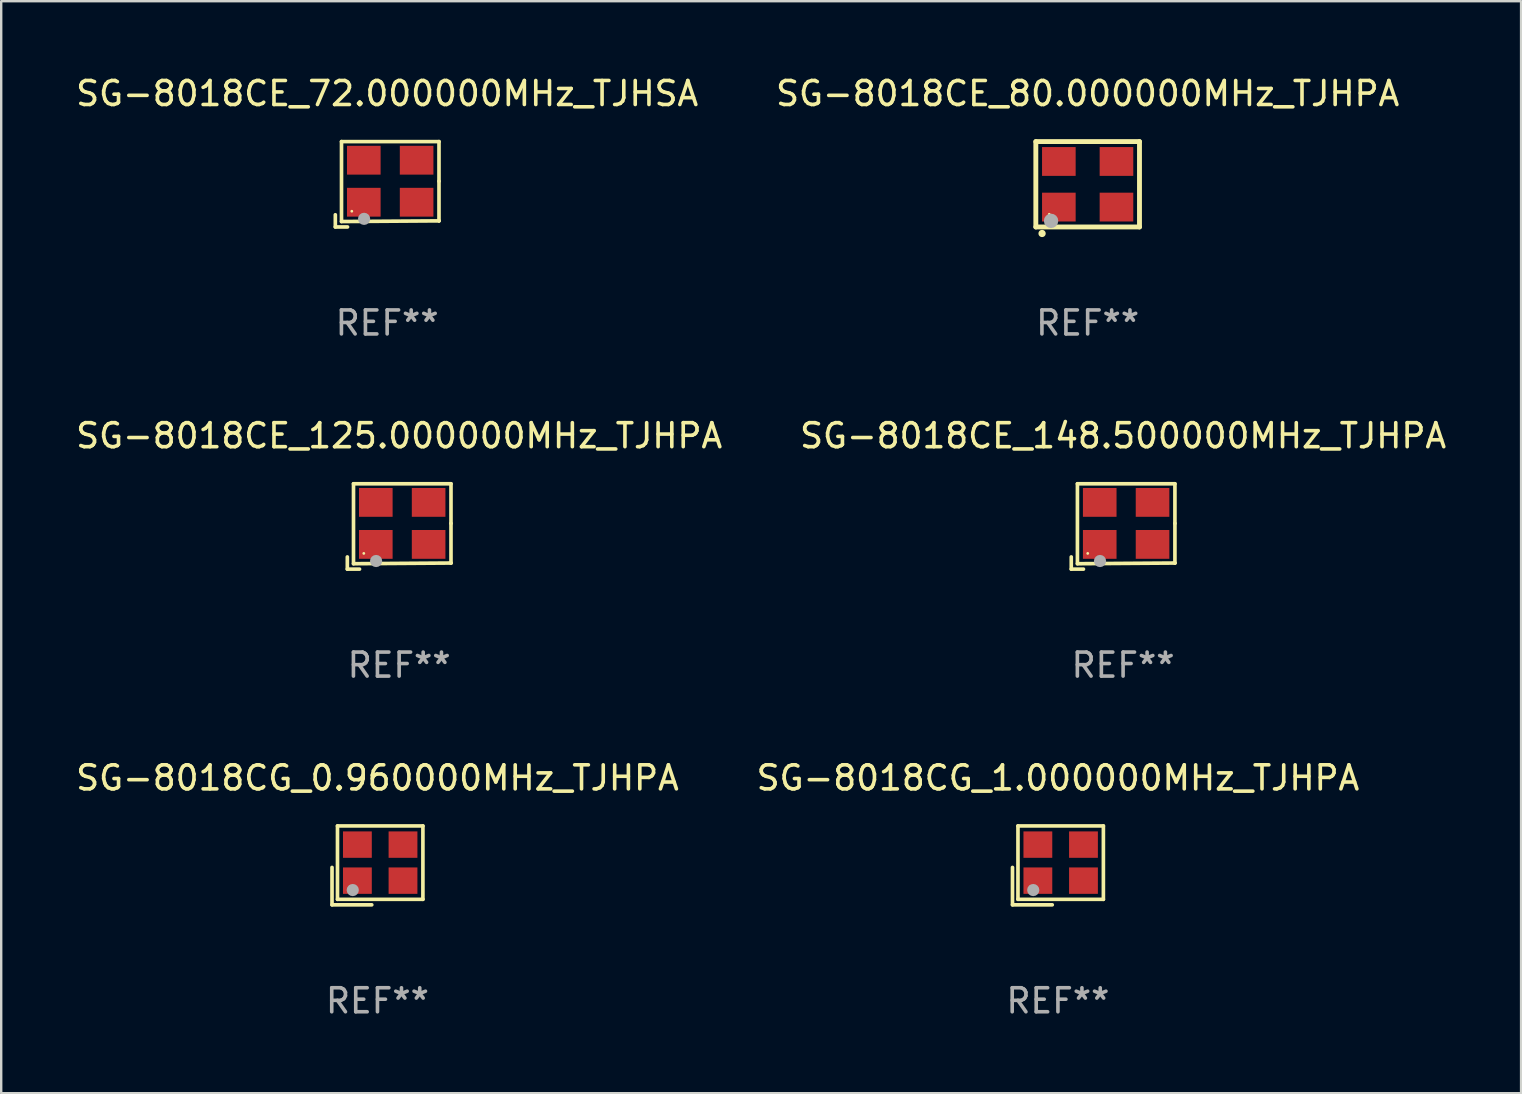
<source format=kicad_pcb>
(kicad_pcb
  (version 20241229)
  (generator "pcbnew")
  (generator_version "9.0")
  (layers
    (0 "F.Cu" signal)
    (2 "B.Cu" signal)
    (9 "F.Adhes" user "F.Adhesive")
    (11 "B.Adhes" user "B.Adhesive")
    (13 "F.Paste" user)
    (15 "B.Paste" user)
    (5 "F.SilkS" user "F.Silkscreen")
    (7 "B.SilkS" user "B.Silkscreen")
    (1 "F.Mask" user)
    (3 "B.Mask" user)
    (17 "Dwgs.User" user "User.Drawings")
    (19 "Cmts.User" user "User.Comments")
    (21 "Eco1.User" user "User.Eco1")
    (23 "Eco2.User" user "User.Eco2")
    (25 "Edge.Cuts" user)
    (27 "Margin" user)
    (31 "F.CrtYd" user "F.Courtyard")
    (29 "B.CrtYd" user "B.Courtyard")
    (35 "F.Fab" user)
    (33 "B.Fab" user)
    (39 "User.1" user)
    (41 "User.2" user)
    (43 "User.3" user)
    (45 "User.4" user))
  (footprint "SG-8018CE_125.000000MHz_TJHPA"
    (layer "F.Cu")
    (at 13.577 18.879)
    (property "Reference" "SG-8018CE_125.000000MHz_TJHPA" (at 0 -3.778 0) (layer "F.SilkS") (effects (font (size 1 1) (thickness 0.15))))
    (attr through_hole)
    (fp_line (start -2.159 1.27) (end -2.159 1.778) (stroke (width 0.152) (type solid)) (layer "F.SilkS"))
    (fp_line (start -2.159 1.778) (end -1.651 1.778) (stroke (width 0.152) (type solid)) (layer "F.SilkS"))
    (fp_line (start -1.902 -1.778) (end 2.159 -1.778) (stroke (width 0.152) (type solid)) (layer "F.SilkS"))
    (fp_line (start -1.902 1.552) (end -1.902 -1.778) (stroke (width 0.152) (type solid)) (layer "F.SilkS"))
    (fp_line (start 2.159 -1.778) (end 2.159 -0.127) (stroke (width 0.152) (type solid)) (layer "F.SilkS"))
    (fp_line (start 2.159 -0.127) (end 2.159 1.524) (stroke (width 0.152) (type solid)) (layer "F.SilkS"))
    (fp_line (start 2.159 1.524) (end -1.902 1.552) (stroke (width 0.152) (type solid)) (layer "F.SilkS"))
    (fp_line (start 2.159 1.524) (end 2.159 1.524) (stroke (width 0.152) (type solid)) (layer "F.SilkS"))
    (fp_circle (center -1.473 1.123) (end -1.443 1.123) (stroke (width 0.06) (type solid)) (fill no) (layer "F.SilkS"))
    (fp_circle (center -0.961 1.44) (end -0.834 1.44) (stroke (width 0.254) (type solid)) (fill no) (layer "F.Fab"))
    (fp_text user "REF**" (at 0 5.778 0) (layer "F.Fab") (effects (font (size 1 1) (thickness 0.15))))
    (pad "1" smd rect (at -0.973 0.748) (size 1.4 1.2) (layers "F.Cu" "F.Mask" "F.Paste"))
    (pad "2" smd rect (at 1.227 0.748) (size 1.4 1.2) (layers "F.Cu" "F.Mask" "F.Paste"))
    (pad "3" smd rect (at 1.227 -1.002) (size 1.4 1.2) (layers "F.Cu" "F.Mask" "F.Paste"))
    (pad "4" smd rect (at -0.973 -1.002) (size 1.4 1.2) (layers "F.Cu" "F.Mask" "F.Paste")))
  (footprint "SG-8018CE_72.000000MHz_TJHSA"
    (layer "F.Cu")
    (at 13.077 4.626)
    (property "Reference" "SG-8018CE_72.000000MHz_TJHSA" (at 0 -3.778 0) (layer "F.SilkS") (effects (font (size 1 1) (thickness 0.15))))
    (attr through_hole)
    (fp_line (start -2.159 1.27) (end -2.159 1.778) (stroke (width 0.152) (type solid)) (layer "F.SilkS"))
    (fp_line (start -2.159 1.778) (end -1.651 1.778) (stroke (width 0.152) (type solid)) (layer "F.SilkS"))
    (fp_line (start -1.902 -1.778) (end 2.159 -1.778) (stroke (width 0.152) (type solid)) (layer "F.SilkS"))
    (fp_line (start -1.902 1.552) (end -1.902 -1.778) (stroke (width 0.152) (type solid)) (layer "F.SilkS"))
    (fp_line (start 2.159 -1.778) (end 2.159 -0.127) (stroke (width 0.152) (type solid)) (layer "F.SilkS"))
    (fp_line (start 2.159 -0.127) (end 2.159 1.524) (stroke (width 0.152) (type solid)) (layer "F.SilkS"))
    (fp_line (start 2.159 1.524) (end -1.902 1.552) (stroke (width 0.152) (type solid)) (layer "F.SilkS"))
    (fp_line (start 2.159 1.524) (end 2.159 1.524) (stroke (width 0.152) (type solid)) (layer "F.SilkS"))
    (fp_circle (center -1.473 1.123) (end -1.443 1.123) (stroke (width 0.06) (type solid)) (fill no) (layer "F.SilkS"))
    (fp_circle (center -0.961 1.44) (end -0.834 1.44) (stroke (width 0.254) (type solid)) (fill no) (layer "F.Fab"))
    (fp_text user "REF**" (at 0 5.778 0) (layer "F.Fab") (effects (font (size 1 1) (thickness 0.15))))
    (pad "1" smd rect (at -0.973 0.748) (size 1.4 1.2) (layers "F.Cu" "F.Mask" "F.Paste"))
    (pad "2" smd rect (at 1.227 0.748) (size 1.4 1.2) (layers "F.Cu" "F.Mask" "F.Paste"))
    (pad "3" smd rect (at 1.227 -1.002) (size 1.4 1.2) (layers "F.Cu" "F.Mask" "F.Paste"))
    (pad "4" smd rect (at -0.973 -1.002) (size 1.4 1.2) (layers "F.Cu" "F.Mask" "F.Paste")))
  (footprint "SG-8018CG_1.000000MHz_TJHPA"
    (layer "F.Cu")
    (at 41.018 32.997)
    (property "Reference" "SG-8018CG_1.000000MHz_TJHPA" (at 0 -3.643 0) (layer "F.SilkS") (effects (font (size 1 1) (thickness 0.15))))
    (attr through_hole)
    (fp_line (start -1.893 0.086) (end -1.893 1.643) (stroke (width 0.152) (type solid)) (layer "F.SilkS"))
    (fp_line (start -1.893 1.643) (end -0.237 1.643) (stroke (width 0.152) (type solid)) (layer "F.SilkS"))
    (fp_line (start -1.665 -1.643) (end 1.893 -1.643) (stroke (width 0.152) (type solid)) (layer "F.SilkS"))
    (fp_line (start -1.665 1.414) (end -1.665 -1.643) (stroke (width 0.152) (type solid)) (layer "F.SilkS"))
    (fp_line (start 1.893 -1.643) (end 1.893 1.414) (stroke (width 0.152) (type solid)) (layer "F.SilkS"))
    (fp_line (start 1.893 1.414) (end -1.665 1.414) (stroke (width 0.152) (type solid)) (layer "F.SilkS"))
    (fp_circle (center -1.136 0.885) (end -1.106 0.885) (stroke (width 0.06) (type solid)) (fill no) (layer "F.SilkS"))
    (fp_circle (center -1.029 1.028) (end -0.902 1.028) (stroke (width 0.254) (type solid)) (fill no) (layer "F.Fab"))
    (fp_text user "REF**" (at 0 5.643 0) (layer "F.Fab") (effects (font (size 1 1) (thickness 0.15))))
    (pad "1" smd rect (at -0.836 0.636) (size 1.2 1.1) (layers "F.Cu" "F.Mask" "F.Paste"))
    (pad "2" smd rect (at 1.064 0.636) (size 1.2 1.1) (layers "F.Cu" "F.Mask" "F.Paste"))
    (pad "3" smd rect (at 1.064 -0.865) (size 1.2 1.1) (layers "F.Cu" "F.Mask" "F.Paste"))
    (pad "4" smd rect (at -0.836 -0.865) (size 1.2 1.1) (layers "F.Cu" "F.Mask" "F.Paste")))
  (footprint "SG-8018CE_148.500000MHz_TJHPA"
    (layer "F.Cu")
    (at 43.732 18.879)
    (property "Reference" "SG-8018CE_148.500000MHz_TJHPA" (at 0 -3.778 0) (layer "F.SilkS") (effects (font (size 1 1) (thickness 0.15))))
    (attr through_hole)
    (fp_line (start -2.159 1.27) (end -2.159 1.778) (stroke (width 0.152) (type solid)) (layer "F.SilkS"))
    (fp_line (start -2.159 1.778) (end -1.651 1.778) (stroke (width 0.152) (type solid)) (layer "F.SilkS"))
    (fp_line (start -1.902 -1.778) (end 2.159 -1.778) (stroke (width 0.152) (type solid)) (layer "F.SilkS"))
    (fp_line (start -1.902 1.552) (end -1.902 -1.778) (stroke (width 0.152) (type solid)) (layer "F.SilkS"))
    (fp_line (start 2.159 -1.778) (end 2.159 -0.127) (stroke (width 0.152) (type solid)) (layer "F.SilkS"))
    (fp_line (start 2.159 -0.127) (end 2.159 1.524) (stroke (width 0.152) (type solid)) (layer "F.SilkS"))
    (fp_line (start 2.159 1.524) (end -1.902 1.552) (stroke (width 0.152) (type solid)) (layer "F.SilkS"))
    (fp_line (start 2.159 1.524) (end 2.159 1.524) (stroke (width 0.152) (type solid)) (layer "F.SilkS"))
    (fp_circle (center -1.473 1.123) (end -1.443 1.123) (stroke (width 0.06) (type solid)) (fill no) (layer "F.SilkS"))
    (fp_circle (center -0.961 1.44) (end -0.834 1.44) (stroke (width 0.254) (type solid)) (fill no) (layer "F.Fab"))
    (fp_text user "REF**" (at 0 5.778 0) (layer "F.Fab") (effects (font (size 1 1) (thickness 0.15))))
    (pad "1" smd rect (at -0.973 0.748) (size 1.4 1.2) (layers "F.Cu" "F.Mask" "F.Paste"))
    (pad "2" smd rect (at 1.227 0.748) (size 1.4 1.2) (layers "F.Cu" "F.Mask" "F.Paste"))
    (pad "3" smd rect (at 1.227 -1.002) (size 1.4 1.2) (layers "F.Cu" "F.Mask" "F.Paste"))
    (pad "4" smd rect (at -0.973 -1.002) (size 1.4 1.2) (layers "F.Cu" "F.Mask" "F.Paste")))
  (footprint "SG-8018CG_0.960000MHz_TJHPA"
    (layer "F.Cu")
    (at 12.673 32.997)
    (property "Reference" "SG-8018CG_0.960000MHz_TJHPA" (at 0 -3.643 0) (layer "F.SilkS") (effects (font (size 1 1) (thickness 0.15))))
    (attr through_hole)
    (fp_line (start -1.893 0.086) (end -1.893 1.643) (stroke (width 0.152) (type solid)) (layer "F.SilkS"))
    (fp_line (start -1.893 1.643) (end -0.237 1.643) (stroke (width 0.152) (type solid)) (layer "F.SilkS"))
    (fp_line (start -1.665 -1.643) (end 1.893 -1.643) (stroke (width 0.152) (type solid)) (layer "F.SilkS"))
    (fp_line (start -1.665 1.414) (end -1.665 -1.643) (stroke (width 0.152) (type solid)) (layer "F.SilkS"))
    (fp_line (start 1.893 -1.643) (end 1.893 1.414) (stroke (width 0.152) (type solid)) (layer "F.SilkS"))
    (fp_line (start 1.893 1.414) (end -1.665 1.414) (stroke (width 0.152) (type solid)) (layer "F.SilkS"))
    (fp_circle (center -1.136 0.885) (end -1.106 0.885) (stroke (width 0.06) (type solid)) (fill no) (layer "F.SilkS"))
    (fp_circle (center -1.029 1.028) (end -0.902 1.028) (stroke (width 0.254) (type solid)) (fill no) (layer "F.Fab"))
    (fp_text user "REF**" (at 0 5.643 0) (layer "F.Fab") (effects (font (size 1 1) (thickness 0.15))))
    (pad "1" smd rect (at -0.836 0.636) (size 1.2 1.1) (layers "F.Cu" "F.Mask" "F.Paste"))
    (pad "2" smd rect (at 1.064 0.636) (size 1.2 1.1) (layers "F.Cu" "F.Mask" "F.Paste"))
    (pad "3" smd rect (at 1.064 -0.865) (size 1.2 1.1) (layers "F.Cu" "F.Mask" "F.Paste"))
    (pad "4" smd rect (at -0.836 -0.865) (size 1.2 1.1) (layers "F.Cu" "F.Mask" "F.Paste")))
  (footprint "SG-8018CE_80.000000MHz_TJHPA"
    (layer "F.Cu")
    (at 42.256 4.626)
    (property "Reference" "SG-8018CE_80.000000MHz_TJHPA" (at 0 -3.778 0) (layer "F.SilkS") (effects (font (size 1 1) (thickness 0.15))))
    (attr through_hole)
    (fp_line (start -2.159 -1.778) (end -2.159 1.778) (stroke (width 0.203) (type solid)) (layer "F.SilkS"))
    (fp_line (start -2.159 1.778) (end 2.159 1.778) (stroke (width 0.203) (type solid)) (layer "F.SilkS"))
    (fp_line (start 2.159 -1.778) (end -2.159 -1.778) (stroke (width 0.203) (type solid)) (layer "F.SilkS"))
    (fp_line (start 2.159 1.778) (end 2.159 -1.778) (stroke (width 0.203) (type solid)) (layer "F.SilkS"))
    (fp_arc (start -1.900025 2.049581) (mid -1.898755 2.049576) (end -1.897485 2.049581) (stroke (width 0.3) (type solid)) (layer "F.SilkS"))
    (fp_circle (center -1.6 1.25) (end -1.57 1.25) (stroke (width 0.06) (type solid)) (fill no) (layer "F.SilkS"))
    (fp_circle (center -1.524 1.524) (end -1.374 1.524) (stroke (width 0.3) (type solid)) (fill no) (layer "F.Fab"))
    (fp_text user "REF**" (at 0 5.778 0) (layer "F.Fab") (effects (font (size 1 1) (thickness 0.15))))
    (pad "1" smd rect (at -1.2 0.95) (size 1.4 1.2) (layers "F.Cu" "F.Mask" "F.Paste"))
    (pad "2" smd rect (at 1.2 0.95) (size 1.4 1.2) (layers "F.Cu" "F.Mask" "F.Paste"))
    (pad "3" smd rect (at 1.2 -0.95) (size 1.4 1.2) (layers "F.Cu" "F.Mask" "F.Paste"))
    (pad "4" smd rect (at -1.2 -0.95) (size 1.4 1.2) (layers "F.Cu" "F.Mask" "F.Paste")))
  (gr_rect
    (start -3 -3)
    (end 60.31 42.488)
    (stroke (width 0.1) (type default))
    (fill no)
    (layer "Edge.Cuts")))
</source>
